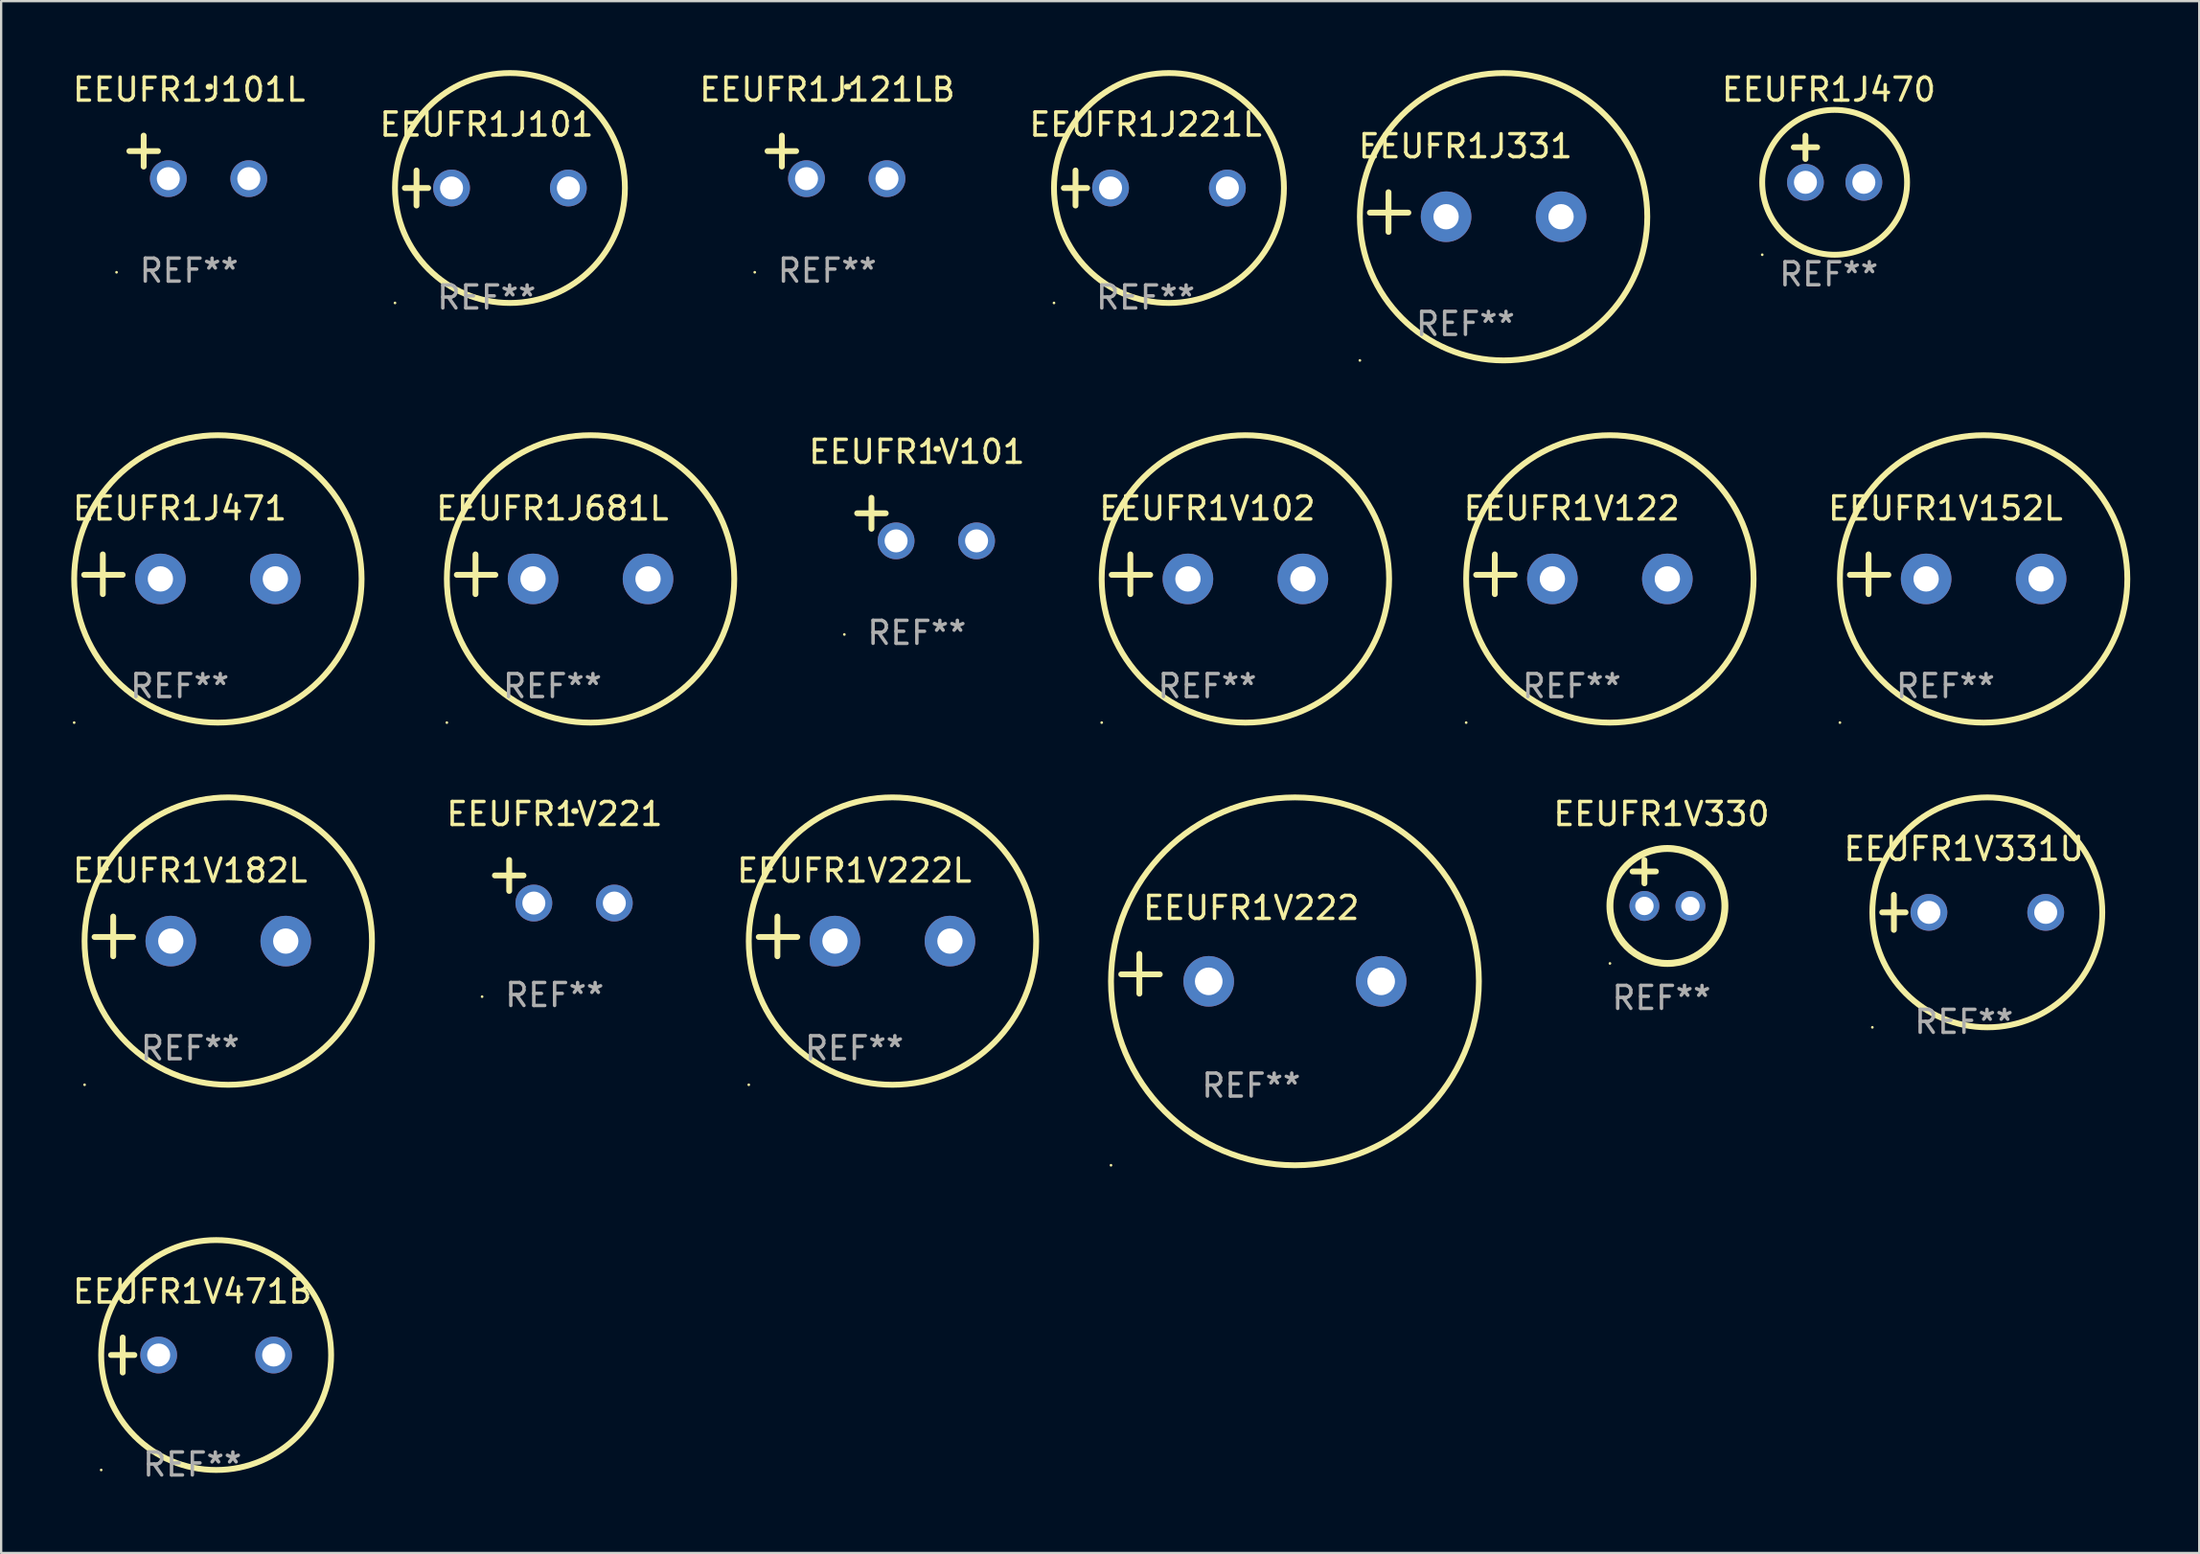
<source format=kicad_pcb>
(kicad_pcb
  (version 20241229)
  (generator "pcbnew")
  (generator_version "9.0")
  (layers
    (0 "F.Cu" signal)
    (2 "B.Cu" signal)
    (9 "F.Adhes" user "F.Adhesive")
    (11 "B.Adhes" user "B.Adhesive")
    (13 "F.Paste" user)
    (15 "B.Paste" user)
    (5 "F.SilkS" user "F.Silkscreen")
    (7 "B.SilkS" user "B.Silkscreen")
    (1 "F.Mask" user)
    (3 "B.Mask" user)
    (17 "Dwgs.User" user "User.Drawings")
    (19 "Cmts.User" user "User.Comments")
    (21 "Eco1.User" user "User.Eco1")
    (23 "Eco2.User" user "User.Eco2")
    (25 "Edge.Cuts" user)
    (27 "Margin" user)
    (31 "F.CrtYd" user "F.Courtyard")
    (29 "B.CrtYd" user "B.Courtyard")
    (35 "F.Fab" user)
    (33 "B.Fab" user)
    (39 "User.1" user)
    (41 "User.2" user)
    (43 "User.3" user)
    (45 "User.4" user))
  (footprint "EEUFR1J331"
    (layer "F.Cu")
    (at 60.685 6.174)
    (property "Reference" "EEUFR1J331" (at 0 -2.864 0) (layer "F.SilkS") (effects (font (size 1 1) (thickness 0.15))))
    (attr through_hole)
    (fp_line (start -3.346 0.864) (end -3.346 -0.864) (stroke (width 0.254) (type solid)) (layer "F.SilkS"))
    (fp_line (start -2.482 0.025) (end -4.158 0.025) (stroke (width 0.254) (type solid)) (layer "F.SilkS"))
    (fp_circle (center -4.592 6.453) (end -4.562 6.453) (stroke (width 0.06) (type solid)) (fill no) (layer "F.SilkS"))
    (fp_circle (center 1.658 0.203) (end 7.908 0.203) (stroke (width 0.254) (type solid)) (fill no) (layer "F.SilkS"))
    (fp_text user "REF**" (at 0 4.864 0) (layer "F.Fab") (effects (font (size 1 1) (thickness 0.15))))
    (pad "1" thru_hole circle (at -0.842 0.203) (size 2.2 2.2) (drill 1.1) (layers "*.Cu" "*.Mask"))
    (pad "2" thru_hole circle (at 4.158 0.203) (size 2.2 2.2) (drill 1.1) (layers "*.Cu" "*.Mask")))
  (footprint "EEUFR1V102"
    (layer "F.Cu")
    (at 49.457 21.928)
    (property "Reference" "EEUFR1V102" (at 0 -2.864 0) (layer "F.SilkS") (effects (font (size 1 1) (thickness 0.15))))
    (attr through_hole)
    (fp_line (start -3.346 0.864) (end -3.346 -0.864) (stroke (width 0.254) (type solid)) (layer "F.SilkS"))
    (fp_line (start -2.482 0.025) (end -4.158 0.025) (stroke (width 0.254) (type solid)) (layer "F.SilkS"))
    (fp_circle (center -4.592 6.453) (end -4.562 6.453) (stroke (width 0.06) (type solid)) (fill no) (layer "F.SilkS"))
    (fp_circle (center 1.658 0.203) (end 7.908 0.203) (stroke (width 0.254) (type solid)) (fill no) (layer "F.SilkS"))
    (fp_text user "REF**" (at 0 4.864 0) (layer "F.Fab") (effects (font (size 1 1) (thickness 0.15))))
    (pad "1" thru_hole circle (at -0.842 0.203) (size 2.2 2.2) (drill 1.1) (layers "*.Cu" "*.Mask"))
    (pad "2" thru_hole circle (at 4.158 0.203) (size 2.2 2.2) (drill 1.1) (layers "*.Cu" "*.Mask")))
  (footprint "EEUFR1J470"
    (layer "F.Cu")
    (at 76.488 3.864)
    (property "Reference" "EEUFR1J470" (at 0 -3.016 0) (layer "F.SilkS") (effects (font (size 1 1) (thickness 0.15))))
    (attr through_hole)
    (fp_line (start -1.524 -0.508) (end -0.508 -0.508) (stroke (width 0.254) (type solid)) (layer "F.SilkS"))
    (fp_line (start -1.016 -1.016) (end -1.016 0) (stroke (width 0.254) (type solid)) (layer "F.SilkS"))
    (fp_circle (center -2.896 4.166) (end -2.866 4.166) (stroke (width 0.06) (type solid)) (fill no) (layer "F.SilkS"))
    (fp_circle (center 0.254 1.016) (end 3.404 1.016) (stroke (width 0.254) (type solid)) (fill no) (layer "F.SilkS"))
    (fp_text user "REF**" (at 0 5.016 0) (layer "F.Fab") (effects (font (size 1 1) (thickness 0.15))))
    (pad "1" thru_hole circle (at -1.016 1.016) (size 1.6 1.6) (drill 1) (layers "*.Cu" "*.Mask"))
    (pad "2" thru_hole circle (at 1.524 1.016) (size 1.6 1.6) (drill 1) (layers "*.Cu" "*.Mask")))
  (footprint "EEUFR1V222"
    (layer "F.Cu")
    (at 51.367 39.305)
    (property "Reference" "EEUFR1V222" (at 0 -2.864 0) (layer "F.SilkS") (effects (font (size 1 1) (thickness 0.15))))
    (attr through_hole)
    (fp_line (start -4.864 0.864) (end -4.864 -0.864) (stroke (width 0.254) (type solid)) (layer "F.SilkS"))
    (fp_line (start -3.975 0.025) (end -5.652 0.025) (stroke (width 0.254) (type solid)) (layer "F.SilkS"))
    (fp_circle (center -6.098 8.33) (end -6.068 8.33) (stroke (width 0.06) (type solid)) (fill no) (layer "F.SilkS"))
    (fp_circle (center 1.902 0.33) (end 9.902 0.33) (stroke (width 0.254) (type solid)) (fill no) (layer "F.SilkS"))
    (fp_text user "REF**" (at 0 4.864 0) (layer "F.Fab") (effects (font (size 1 1) (thickness 0.15))))
    (pad "1" thru_hole circle (at -1.848 0.33) (size 2.2 2.2) (drill 1.2) (layers "*.Cu" "*.Mask"))
    (pad "2" thru_hole circle (at 5.652 0.33) (size 2.2 2.2) (drill 1.2) (layers "*.Cu" "*.Mask")))
  (footprint "EEUFR1V101"
    (layer "F.Cu")
    (at 36.826 19.539)
    (property "Reference" "EEUFR1V101" (at 0 -2.937 0) (layer "F.SilkS") (effects (font (size 1 1) (thickness 0.15))))
    (attr through_hole)
    (fp_line (start -1.975 0.41) (end -1.975 -0.937) (stroke (width 0.254) (type solid)) (layer "F.SilkS"))
    (fp_line (start -1.353 -0.263) (end -2.597 -0.263) (stroke (width 0.254) (type solid)) (layer "F.SilkS"))
    (fp_arc (start 0.849809 -3.063957) (mid 0.885369 -3.064114) (end 0.920929 -3.063957) (stroke (width 0.254001) (type solid)) (layer "F.SilkS"))
    (fp_circle (center -3.154 5.008) (end -3.124 5.008) (stroke (width 0.06) (type solid)) (fill no) (layer "F.SilkS"))
    (fp_text user "REF**" (at 0 4.937 0) (layer "F.Fab") (effects (font (size 1 1) (thickness 0.15))))
    (pad "1" thru_hole circle (at -0.903 0.937) (size 1.6 1.6) (drill 1) (layers "*.Cu" "*.Mask"))
    (pad "2" thru_hole circle (at 2.597 0.937) (size 1.6 1.6) (drill 1) (layers "*.Cu" "*.Mask")))
  (footprint "EEUFR1V471B"
    (layer "F.Cu")
    (at 5.315 55.889)
    (property "Reference" "EEUFR1V471B" (at 0 -2.762 0) (layer "F.SilkS") (effects (font (size 1 1) (thickness 0.15))))
    (attr through_hole)
    (fp_line (start -3.536 0) (end -2.52 0) (stroke (width 0.254) (type solid)) (layer "F.SilkS"))
    (fp_line (start -3.028 -0.762) (end -3.028 0.762) (stroke (width 0.254) (type solid)) (layer "F.SilkS"))
    (fp_circle (center -3.964 5) (end -3.934 5) (stroke (width 0.06) (type solid)) (fill no) (layer "F.SilkS"))
    (fp_circle (center 1.036 0) (end 6.036 0) (stroke (width 0.254) (type solid)) (fill no) (layer "F.SilkS"))
    (fp_text user "REF**" (at 0 4.762 0) (layer "F.Fab") (effects (font (size 1 1) (thickness 0.15))))
    (pad "1" thru_hole circle (at -1.464 0) (size 1.6 1.6) (drill 1) (layers "*.Cu" "*.Mask"))
    (pad "2" thru_hole circle (at 3.536 0) (size 1.6 1.6) (drill 1) (layers "*.Cu" "*.Mask")))
  (footprint "EEUFR1J121LB"
    (layer "F.Cu")
    (at 32.929 3.785)
    (property "Reference" "EEUFR1J121LB" (at 0 -2.937 0) (layer "F.SilkS") (effects (font (size 1 1) (thickness 0.15))))
    (attr through_hole)
    (fp_line (start -1.975 0.41) (end -1.975 -0.937) (stroke (width 0.254) (type solid)) (layer "F.SilkS"))
    (fp_line (start -1.353 -0.263) (end -2.597 -0.263) (stroke (width 0.254) (type solid)) (layer "F.SilkS"))
    (fp_arc (start 0.849809 -3.063957) (mid 0.885369 -3.064114) (end 0.920929 -3.063957) (stroke (width 0.254001) (type solid)) (layer "F.SilkS"))
    (fp_circle (center -3.154 5.008) (end -3.124 5.008) (stroke (width 0.06) (type solid)) (fill no) (layer "F.SilkS"))
    (fp_text user "REF**" (at 0 4.937 0) (layer "F.Fab") (effects (font (size 1 1) (thickness 0.15))))
    (pad "1" thru_hole circle (at -0.903 0.937) (size 1.6 1.6) (drill 1) (layers "*.Cu" "*.Mask"))
    (pad "2" thru_hole circle (at 2.597 0.937) (size 1.6 1.6) (drill 1) (layers "*.Cu" "*.Mask")))
  (footprint "EEUFR1V331U"
    (layer "F.Cu")
    (at 82.366 36.635)
    (property "Reference" "EEUFR1V331U" (at 0 -2.762 0) (layer "F.SilkS") (effects (font (size 1 1) (thickness 0.15))))
    (attr through_hole)
    (fp_line (start -3.556 0) (end -2.54 0) (stroke (width 0.254) (type solid)) (layer "F.SilkS"))
    (fp_line (start -3.048 -0.762) (end -3.048 0.762) (stroke (width 0.254) (type solid)) (layer "F.SilkS"))
    (fp_circle (center -3.984 5) (end -3.954 5) (stroke (width 0.06) (type solid)) (fill no) (layer "F.SilkS"))
    (fp_circle (center 1.016 0) (end 6.016 0) (stroke (width 0.254) (type solid)) (fill no) (layer "F.SilkS"))
    (fp_text user "REF**" (at 0 4.762 0) (layer "F.Fab") (effects (font (size 1 1) (thickness 0.15))))
    (pad "1" thru_hole circle (at -1.524 0) (size 1.6 1.6) (drill 1) (layers "*.Cu" "*.Mask"))
    (pad "2" thru_hole circle (at 3.556 0) (size 1.6 1.6) (drill 1) (layers "*.Cu" "*.Mask")))
  (footprint "EEUFR1J221L"
    (layer "F.Cu")
    (at 46.774 5.127)
    (property "Reference" "EEUFR1J221L" (at 0 -2.762 0) (layer "F.SilkS") (effects (font (size 1 1) (thickness 0.15))))
    (attr through_hole)
    (fp_line (start -3.556 0) (end -2.54 0) (stroke (width 0.254) (type solid)) (layer "F.SilkS"))
    (fp_line (start -3.048 -0.762) (end -3.048 0.762) (stroke (width 0.254) (type solid)) (layer "F.SilkS"))
    (fp_circle (center -3.984 5) (end -3.954 5) (stroke (width 0.06) (type solid)) (fill no) (layer "F.SilkS"))
    (fp_circle (center 1.016 0) (end 6.016 0) (stroke (width 0.254) (type solid)) (fill no) (layer "F.SilkS"))
    (fp_text user "REF**" (at 0 4.762 0) (layer "F.Fab") (effects (font (size 1 1) (thickness 0.15))))
    (pad "1" thru_hole circle (at -1.524 0) (size 1.6 1.6) (drill 1) (layers "*.Cu" "*.Mask"))
    (pad "2" thru_hole circle (at 3.556 0) (size 1.6 1.6) (drill 1) (layers "*.Cu" "*.Mask")))
  (footprint "EEUFR1J471"
    (layer "F.Cu")
    (at 4.768 21.928)
    (property "Reference" "EEUFR1J471" (at 0 -2.864 0) (layer "F.SilkS") (effects (font (size 1 1) (thickness 0.15))))
    (attr through_hole)
    (fp_line (start -3.346 0.864) (end -3.346 -0.864) (stroke (width 0.254) (type solid)) (layer "F.SilkS"))
    (fp_line (start -2.482 0.025) (end -4.158 0.025) (stroke (width 0.254) (type solid)) (layer "F.SilkS"))
    (fp_circle (center -4.592 6.453) (end -4.562 6.453) (stroke (width 0.06) (type solid)) (fill no) (layer "F.SilkS"))
    (fp_circle (center 1.658 0.203) (end 7.908 0.203) (stroke (width 0.254) (type solid)) (fill no) (layer "F.SilkS"))
    (fp_text user "REF**" (at 0 4.864 0) (layer "F.Fab") (effects (font (size 1 1) (thickness 0.15))))
    (pad "1" thru_hole circle (at -0.842 0.203) (size 2.2 2.2) (drill 1.1) (layers "*.Cu" "*.Mask"))
    (pad "2" thru_hole circle (at 4.158 0.203) (size 2.2 2.2) (drill 1.1) (layers "*.Cu" "*.Mask")))
  (footprint "EEUFR1V122"
    (layer "F.Cu")
    (at 65.308 21.928)
    (property "Reference" "EEUFR1V122" (at 0 -2.864 0) (layer "F.SilkS") (effects (font (size 1 1) (thickness 0.15))))
    (attr through_hole)
    (fp_line (start -3.346 0.864) (end -3.346 -0.864) (stroke (width 0.254) (type solid)) (layer "F.SilkS"))
    (fp_line (start -2.482 0.025) (end -4.158 0.025) (stroke (width 0.254) (type solid)) (layer "F.SilkS"))
    (fp_circle (center -4.592 6.453) (end -4.562 6.453) (stroke (width 0.06) (type solid)) (fill no) (layer "F.SilkS"))
    (fp_circle (center 1.658 0.203) (end 7.908 0.203) (stroke (width 0.254) (type solid)) (fill no) (layer "F.SilkS"))
    (fp_text user "REF**" (at 0 4.864 0) (layer "F.Fab") (effects (font (size 1 1) (thickness 0.15))))
    (pad "1" thru_hole circle (at -0.842 0.203) (size 2.2 2.2) (drill 1.1) (layers "*.Cu" "*.Mask"))
    (pad "2" thru_hole circle (at 4.158 0.203) (size 2.2 2.2) (drill 1.1) (layers "*.Cu" "*.Mask")))
  (footprint "EEUFR1J101"
    (layer "F.Cu")
    (at 18.113 5.127)
    (property "Reference" "EEUFR1J101" (at 0 -2.762 0) (layer "F.SilkS") (effects (font (size 1 1) (thickness 0.15))))
    (attr through_hole)
    (fp_line (start -3.556 0) (end -2.54 0) (stroke (width 0.254) (type solid)) (layer "F.SilkS"))
    (fp_line (start -3.048 -0.762) (end -3.048 0.762) (stroke (width 0.254) (type solid)) (layer "F.SilkS"))
    (fp_circle (center -3.984 5) (end -3.954 5) (stroke (width 0.06) (type solid)) (fill no) (layer "F.SilkS"))
    (fp_circle (center 1.016 0) (end 6.016 0) (stroke (width 0.254) (type solid)) (fill no) (layer "F.SilkS"))
    (fp_text user "REF**" (at 0 4.762 0) (layer "F.Fab") (effects (font (size 1 1) (thickness 0.15))))
    (pad "1" thru_hole circle (at -1.524 0) (size 1.6 1.6) (drill 1) (layers "*.Cu" "*.Mask"))
    (pad "2" thru_hole circle (at 3.556 0) (size 1.6 1.6) (drill 1) (layers "*.Cu" "*.Mask")))
  (footprint "EEUFR1V221"
    (layer "F.Cu")
    (at 21.071 35.293)
    (property "Reference" "EEUFR1V221" (at 0 -2.937 0) (layer "F.SilkS") (effects (font (size 1 1) (thickness 0.15))))
    (attr through_hole)
    (fp_line (start -1.975 0.41) (end -1.975 -0.937) (stroke (width 0.254) (type solid)) (layer "F.SilkS"))
    (fp_line (start -1.353 -0.263) (end -2.597 -0.263) (stroke (width 0.254) (type solid)) (layer "F.SilkS"))
    (fp_arc (start 0.849809 -3.063957) (mid 0.885369 -3.064114) (end 0.920929 -3.063957) (stroke (width 0.254001) (type solid)) (layer "F.SilkS"))
    (fp_circle (center -3.154 5.008) (end -3.124 5.008) (stroke (width 0.06) (type solid)) (fill no) (layer "F.SilkS"))
    (fp_text user "REF**" (at 0 4.937 0) (layer "F.Fab") (effects (font (size 1 1) (thickness 0.15))))
    (pad "1" thru_hole circle (at -0.903 0.937) (size 1.6 1.6) (drill 1) (layers "*.Cu" "*.Mask"))
    (pad "2" thru_hole circle (at 2.597 0.937) (size 1.6 1.6) (drill 1) (layers "*.Cu" "*.Mask")))
  (footprint "EEUFR1V152L"
    (layer "F.Cu")
    (at 81.563 21.928)
    (property "Reference" "EEUFR1V152L" (at 0 -2.864 0) (layer "F.SilkS") (effects (font (size 1 1) (thickness 0.15))))
    (attr through_hole)
    (fp_line (start -3.346 0.864) (end -3.346 -0.864) (stroke (width 0.254) (type solid)) (layer "F.SilkS"))
    (fp_line (start -2.482 0.025) (end -4.158 0.025) (stroke (width 0.254) (type solid)) (layer "F.SilkS"))
    (fp_circle (center -4.592 6.453) (end -4.562 6.453) (stroke (width 0.06) (type solid)) (fill no) (layer "F.SilkS"))
    (fp_circle (center 1.658 0.203) (end 7.908 0.203) (stroke (width 0.254) (type solid)) (fill no) (layer "F.SilkS"))
    (fp_text user "REF**" (at 0 4.864 0) (layer "F.Fab") (effects (font (size 1 1) (thickness 0.15))))
    (pad "1" thru_hole circle (at -0.842 0.203) (size 2.2 2.2) (drill 1.1) (layers "*.Cu" "*.Mask"))
    (pad "2" thru_hole circle (at 4.158 0.203) (size 2.2 2.2) (drill 1.1) (layers "*.Cu" "*.Mask")))
  (footprint "EEUFR1J101L"
    (layer "F.Cu")
    (at 5.173 3.785)
    (property "Reference" "EEUFR1J101L" (at 0 -2.937 0) (layer "F.SilkS") (effects (font (size 1 1) (thickness 0.15))))
    (attr through_hole)
    (fp_line (start -1.975 0.41) (end -1.975 -0.937) (stroke (width 0.254) (type solid)) (layer "F.SilkS"))
    (fp_line (start -1.353 -0.263) (end -2.597 -0.263) (stroke (width 0.254) (type solid)) (layer "F.SilkS"))
    (fp_arc (start 0.849809 -3.063957) (mid 0.885369 -3.064114) (end 0.920929 -3.063957) (stroke (width 0.254001) (type solid)) (layer "F.SilkS"))
    (fp_circle (center -3.154 5.008) (end -3.124 5.008) (stroke (width 0.06) (type solid)) (fill no) (layer "F.SilkS"))
    (fp_text user "REF**" (at 0 4.937 0) (layer "F.Fab") (effects (font (size 1 1) (thickness 0.15))))
    (pad "1" thru_hole circle (at -0.903 0.937) (size 1.6 1.6) (drill 1) (layers "*.Cu" "*.Mask"))
    (pad "2" thru_hole circle (at 2.597 0.937) (size 1.6 1.6) (drill 1) (layers "*.Cu" "*.Mask")))
  (footprint "EEUFR1V222L"
    (layer "F.Cu")
    (at 34.107 37.681)
    (property "Reference" "EEUFR1V222L" (at 0 -2.864 0) (layer "F.SilkS") (effects (font (size 1 1) (thickness 0.15))))
    (attr through_hole)
    (fp_line (start -3.346 0.864) (end -3.346 -0.864) (stroke (width 0.254) (type solid)) (layer "F.SilkS"))
    (fp_line (start -2.482 0.025) (end -4.158 0.025) (stroke (width 0.254) (type solid)) (layer "F.SilkS"))
    (fp_circle (center -4.592 6.453) (end -4.562 6.453) (stroke (width 0.06) (type solid)) (fill no) (layer "F.SilkS"))
    (fp_circle (center 1.658 0.203) (end 7.908 0.203) (stroke (width 0.254) (type solid)) (fill no) (layer "F.SilkS"))
    (fp_text user "REF**" (at 0 4.864 0) (layer "F.Fab") (effects (font (size 1 1) (thickness 0.15))))
    (pad "1" thru_hole circle (at -0.842 0.203) (size 2.2 2.2) (drill 1.1) (layers "*.Cu" "*.Mask"))
    (pad "2" thru_hole circle (at 4.158 0.203) (size 2.2 2.2) (drill 1.1) (layers "*.Cu" "*.Mask")))
  (footprint "EEUFR1V182L"
    (layer "F.Cu")
    (at 5.22 37.681)
    (property "Reference" "EEUFR1V182L" (at 0 -2.864 0) (layer "F.SilkS") (effects (font (size 1 1) (thickness 0.15))))
    (attr through_hole)
    (fp_line (start -3.346 0.864) (end -3.346 -0.864) (stroke (width 0.254) (type solid)) (layer "F.SilkS"))
    (fp_line (start -2.482 0.025) (end -4.158 0.025) (stroke (width 0.254) (type solid)) (layer "F.SilkS"))
    (fp_circle (center -4.592 6.453) (end -4.562 6.453) (stroke (width 0.06) (type solid)) (fill no) (layer "F.SilkS"))
    (fp_circle (center 1.658 0.203) (end 7.908 0.203) (stroke (width 0.254) (type solid)) (fill no) (layer "F.SilkS"))
    (fp_text user "REF**" (at 0 4.864 0) (layer "F.Fab") (effects (font (size 1 1) (thickness 0.15))))
    (pad "1" thru_hole circle (at -0.842 0.203) (size 2.2 2.2) (drill 1.1) (layers "*.Cu" "*.Mask"))
    (pad "2" thru_hole circle (at 4.158 0.203) (size 2.2 2.2) (drill 1.1) (layers "*.Cu" "*.Mask")))
  (footprint "EEUFR1J681L"
    (layer "F.Cu")
    (at 20.976 21.928)
    (property "Reference" "EEUFR1J681L" (at 0 -2.864 0) (layer "F.SilkS") (effects (font (size 1 1) (thickness 0.15))))
    (attr through_hole)
    (fp_line (start -3.346 0.864) (end -3.346 -0.864) (stroke (width 0.254) (type solid)) (layer "F.SilkS"))
    (fp_line (start -2.482 0.025) (end -4.158 0.025) (stroke (width 0.254) (type solid)) (layer "F.SilkS"))
    (fp_circle (center -4.592 6.453) (end -4.562 6.453) (stroke (width 0.06) (type solid)) (fill no) (layer "F.SilkS"))
    (fp_circle (center 1.658 0.203) (end 7.908 0.203) (stroke (width 0.254) (type solid)) (fill no) (layer "F.SilkS"))
    (fp_text user "REF**" (at 0 4.864 0) (layer "F.Fab") (effects (font (size 1 1) (thickness 0.15))))
    (pad "1" thru_hole circle (at -0.842 0.203) (size 2.2 2.2) (drill 1.1) (layers "*.Cu" "*.Mask"))
    (pad "2" thru_hole circle (at 4.158 0.203) (size 2.2 2.2) (drill 1.1) (layers "*.Cu" "*.Mask")))
  (footprint "EEUFR1V330"
    (layer "F.Cu")
    (at 69.211 35.356)
    (property "Reference" "EEUFR1V330" (at 0 -3 0) (layer "F.SilkS") (effects (font (size 1 1) (thickness 0.15))))
    (attr through_hole)
    (fp_line (start -1.258 -0.5) (end -0.242 -0.5) (stroke (width 0.254) (type solid)) (layer "F.SilkS"))
    (fp_line (start -0.742 -1) (end -0.742 0.016) (stroke (width 0.254) (type solid)) (layer "F.SilkS"))
    (fp_circle (center -2.242 3.5) (end -2.212 3.5) (stroke (width 0.06) (type solid)) (fill no) (layer "F.SilkS"))
    (fp_circle (center 0.258 1) (end 2.758 1) (stroke (width 0.3) (type solid)) (fill no) (layer "F.SilkS"))
    (fp_text user "REF**" (at 0 5 0) (layer "F.Fab") (effects (font (size 1 1) (thickness 0.15))))
    (pad "1" thru_hole circle (at -0.742 1) (size 1.3 1.3) (drill 0.8) (layers "*.Cu" "*.Mask"))
    (pad "2" thru_hole circle (at 1.258 1) (size 1.3 1.3) (drill 0.8) (layers "*.Cu" "*.Mask")))
  (gr_rect
    (start -3 -3)
    (end 92.599 64.499)
    (stroke (width 0.1) (type default))
    (fill no)
    (layer "Edge.Cuts")))
</source>
